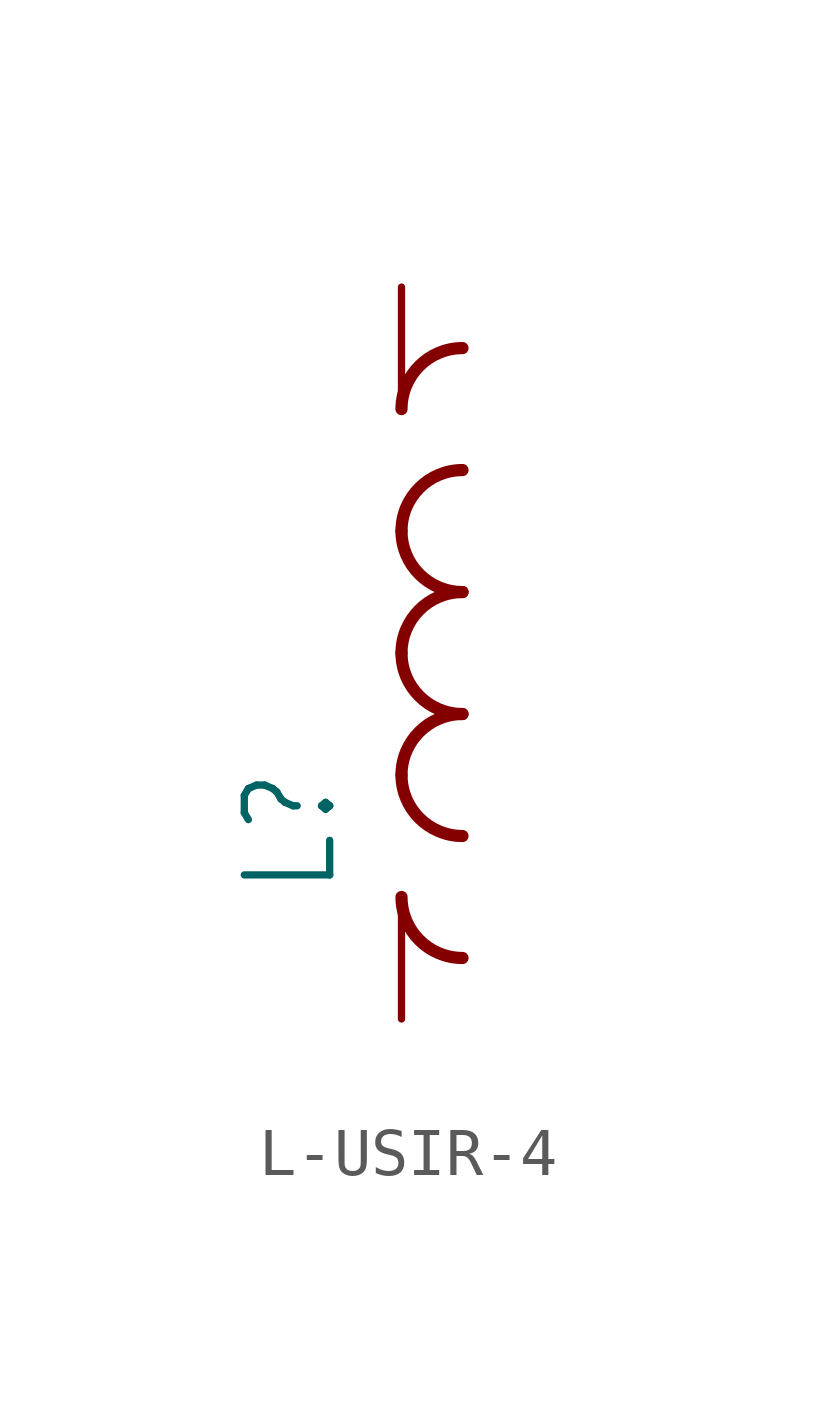
<source format=kicad_sym>
(kicad_symbol_lib
  (version 20241209)
  (generator "kicad_symbol_editor")
  (generator_version "9.0")
  (symbol "L-USIR-4"
    (property "Reference" "L"
      (at -1.27 -5.08 90)
      (effects (font (size 1.778 1.511)) (justify left bottom)))
    (property "Value" ""
      (at 3.81 -5.08 90)
      (effects (font (size 1.778 1.511)) (justify left bottom)))
    (property "ki_locked" ""
      (at 0 0 0)
      (effects (font (size 1.27 1.27))))
    (symbol "L-USIR-4_1_0"
      (arc (start 0 5.08) (mid 0.372 5.978) (end 1.27 6.35) (stroke (width 0.254) (type solid)) (fill (type none)))
      (arc (start 0 2.54) (mid 0.372 3.438) (end 1.27 3.81) (stroke (width 0.254) (type solid)) (fill (type none)))
      (arc (start 1.27 1.27) (mid 0.372 1.642) (end 0 2.54) (stroke (width 0.254) (type solid)) (fill (type none)))
      (arc (start 0 0) (mid 0.372 0.898) (end 1.27 1.27) (stroke (width 0.254) (type solid)) (fill (type none)))
      (arc (start 1.27 -1.27) (mid 0.372 -0.898) (end 0 0) (stroke (width 0.254) (type solid)) (fill (type none)))
      (arc (start 0 -2.54) (mid 0.372 -1.642) (end 1.27 -1.27) (stroke (width 0.254) (type solid)) (fill (type none)))
      (arc (start 1.27 -3.81) (mid 0.372 -3.438) (end 0 -2.54) (stroke (width 0.254) (type solid)) (fill (type none)))
      (arc (start 1.27 -6.35) (mid 0.372 -5.978) (end 0 -5.08) (stroke (width 0.254) (type solid)) (fill (type none)))
      (pin passive line (at 0 7.62 270) (length 2.54) (name "1" (effects (font (size 0 0)))) (number "1" (effects (font (size 0 0)))))
      (pin passive line (at 0 -7.62 90) (length 2.54) (name "2" (effects (font (size 0 0)))) (number "2" (effects (font (size 0 0))))))))
</source>
